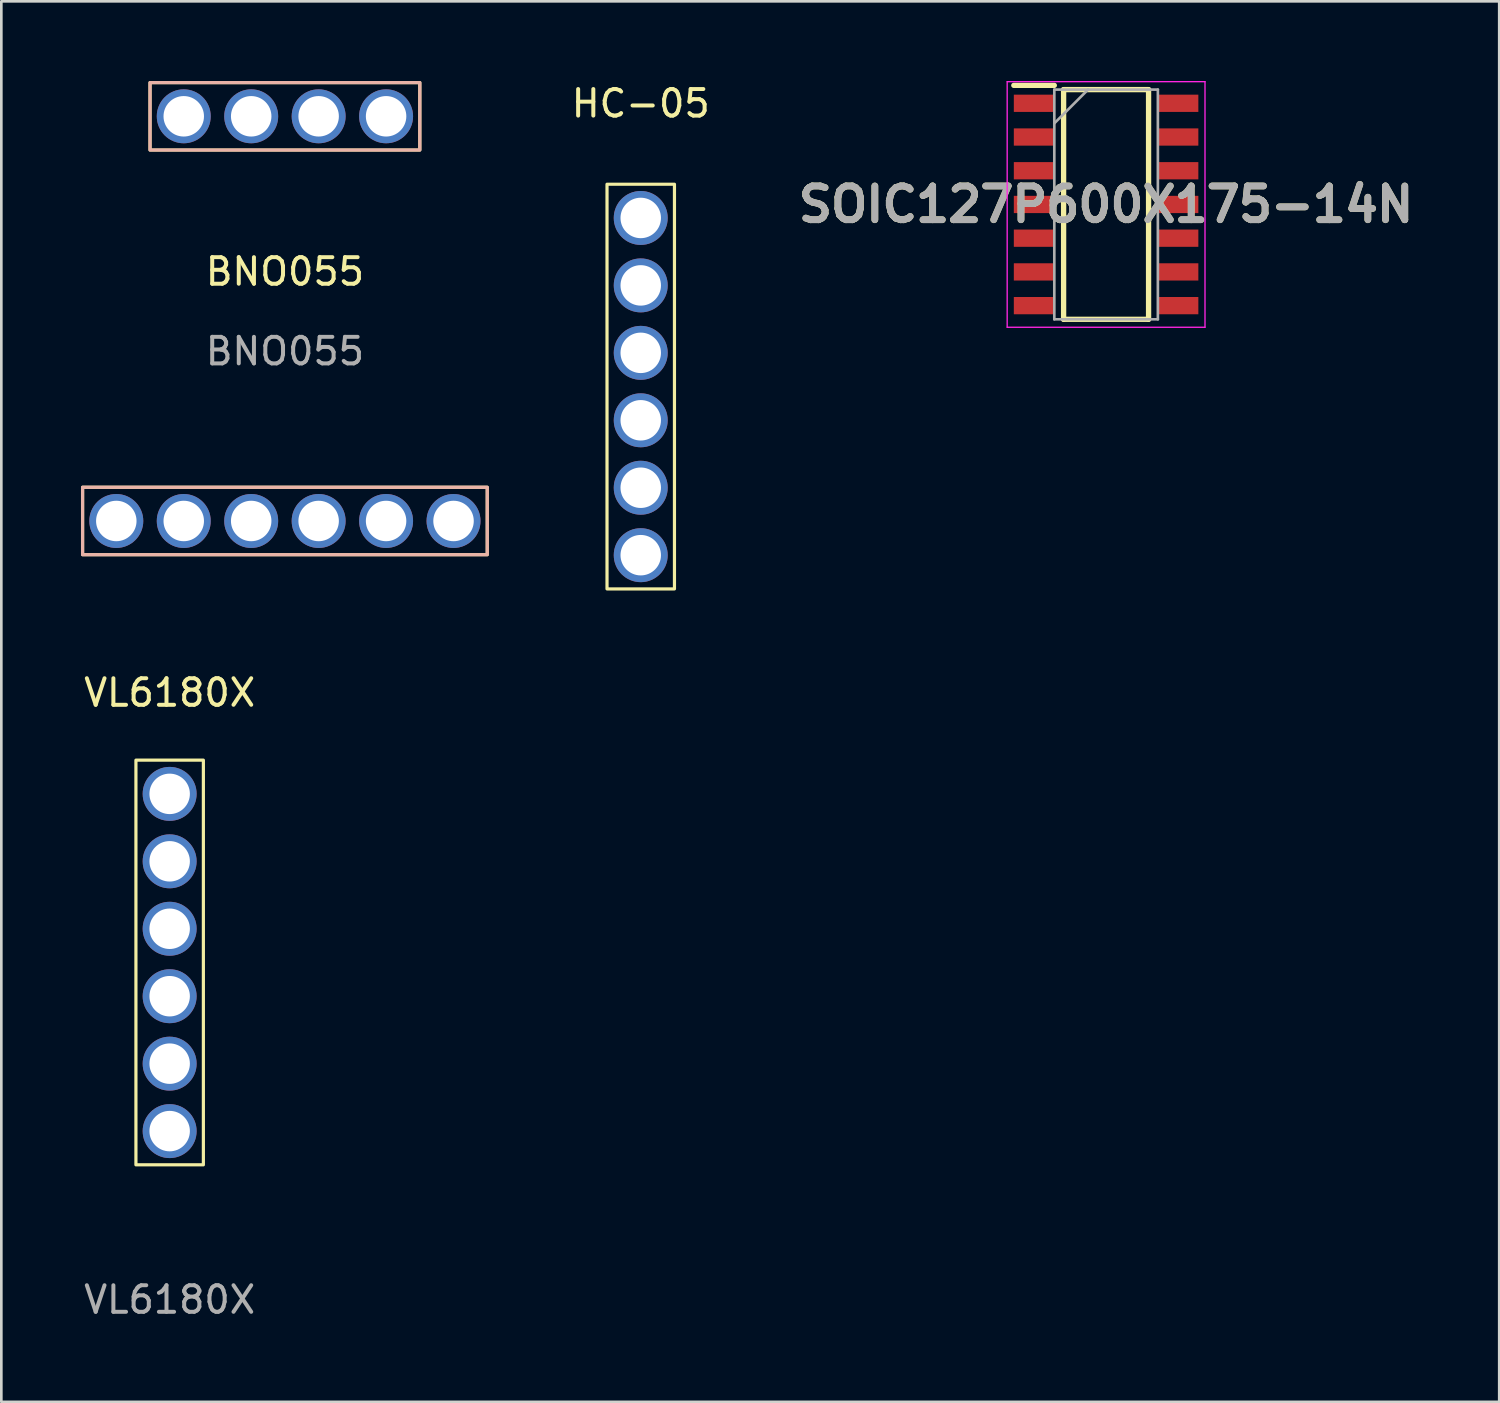
<source format=kicad_pcb>
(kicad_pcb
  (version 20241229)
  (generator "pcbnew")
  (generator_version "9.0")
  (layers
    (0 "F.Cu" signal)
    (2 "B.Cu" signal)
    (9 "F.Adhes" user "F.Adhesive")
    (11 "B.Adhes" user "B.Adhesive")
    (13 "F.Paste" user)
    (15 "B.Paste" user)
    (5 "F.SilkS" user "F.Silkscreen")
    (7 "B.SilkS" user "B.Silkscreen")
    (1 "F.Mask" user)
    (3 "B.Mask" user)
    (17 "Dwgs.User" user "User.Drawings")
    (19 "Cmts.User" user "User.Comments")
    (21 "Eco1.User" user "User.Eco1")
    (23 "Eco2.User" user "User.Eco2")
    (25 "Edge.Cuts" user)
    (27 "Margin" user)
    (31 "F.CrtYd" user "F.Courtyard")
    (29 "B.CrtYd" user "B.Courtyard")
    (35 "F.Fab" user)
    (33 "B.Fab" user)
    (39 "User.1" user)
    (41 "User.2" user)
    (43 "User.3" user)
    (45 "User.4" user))
  (footprint "HC-05"
    (layer "F.Cu")
    (at 21.08 1.348)
    (property "Reference" "HC-05" (at 0 -0.5 0) (unlocked yes) (layer "F.SilkS") (effects (font (size 1 1) (thickness 0.15))))
    (attr through_hole)
    (fp_rect (start -1.27 2.54) (end 1.27 17.78) (stroke (width 0.12) (type solid)) (fill no) (layer "F.SilkS"))
    (pad "1" thru_hole circle (at 0 3.81) (size 2.032 2.032) (drill 1.524) (layers "*.Cu" "*.Mask"))
    (pad "2" thru_hole circle (at 0 6.35) (size 2.032 2.032) (drill 1.524) (layers "*.Cu" "*.Mask"))
    (pad "3" thru_hole circle (at 0 8.89) (size 2.032 2.032) (drill 1.524) (layers "*.Cu" "*.Mask"))
    (pad "4" thru_hole circle (at 0 11.43) (size 2.032 2.032) (drill 1.524) (layers "*.Cu" "*.Mask"))
    (pad "5" thru_hole circle (at 0 13.97) (size 2.032 2.032) (drill 1.524) (layers "*.Cu" "*.Mask"))
    (pad "6" thru_hole circle (at 0 16.51) (size 2.032 2.032) (drill 1.524) (layers "*.Cu" "*.Mask")))
  (footprint "VL6180X"
    (layer "F.Cu")
    (at 3.339 33.197)
    (property "Reference" "VL6180X" (at 0 -10.16 0) (unlocked yes) (layer "F.SilkS") (effects (font (size 1 1) (thickness 0.15))))
    (attr through_hole)
    (fp_rect (start -1.27 -7.62) (end 1.27 7.62) (stroke (width 0.12) (type solid)) (fill no) (layer "F.SilkS"))
    (fp_text user "${REFERENCE}" (at 0 12.7 0) (unlocked yes) (layer "F.Fab") (effects (font (size 1 1) (thickness 0.15))))
    (pad "1" thru_hole circle (at 0 -6.35) (size 2.032 2.032) (drill 1.524) (layers "*.Cu" "*.Mask"))
    (pad "2" thru_hole circle (at 0 -3.81) (size 2.032 2.032) (drill 1.524) (layers "*.Cu" "*.Mask"))
    (pad "3" thru_hole circle (at 0 -1.27) (size 2.032 2.032) (drill 1.524) (layers "*.Cu" "*.Mask"))
    (pad "4" thru_hole circle (at 0 1.27) (size 2.032 2.032) (drill 1.524) (layers "*.Cu" "*.Mask"))
    (pad "5" thru_hole circle (at 0 3.81) (size 2.032 2.032) (drill 1.524) (layers "*.Cu" "*.Mask"))
    (pad "6" thru_hole circle (at 0 6.35) (size 2.032 2.032) (drill 1.524) (layers "*.Cu" "*.Mask")))
  (footprint "BNO055"
    (layer "F.Cu")
    (at 7.68 7.68)
    (property "Reference" "BNO055" (at 0 -0.5 0) (unlocked yes) (layer "F.SilkS") (effects (font (size 1 1) (thickness 0.15))))
    (attr through_hole)
    (fp_rect (start -5.08 -7.62) (end 5.08 -5.08) (stroke (width 0.12) (type solid)) (fill no) (layer "F.SilkS"))
    (fp_rect (start 7.62 7.62) (end -7.62 10.16) (stroke (width 0.12) (type solid)) (fill no) (layer "F.SilkS"))
    (fp_rect (start -7.62 7.62) (end 7.62 10.16) (stroke (width 0.12) (type solid)) (fill no) (layer "B.SilkS"))
    (fp_rect (start -5.08 -7.62) (end 5.08 -5.08) (stroke (width 0.12) (type solid)) (fill no) (layer "B.SilkS"))
    (fp_text user "${REFERENCE}" (at 0 2.5 0) (unlocked yes) (layer "F.Fab") (effects (font (size 1 1) (thickness 0.15))))
    (pad "1" thru_hole circle (at -6.35 8.89) (size 2.032 2.032) (drill 1.524) (layers "*.Cu" "*.Mask"))
    (pad "2" thru_hole circle (at -3.81 8.89) (size 2.032 2.032) (drill 1.524) (layers "*.Cu" "*.Mask"))
    (pad "3" thru_hole circle (at -1.27 8.89) (size 2.032 2.032) (drill 1.524) (layers "*.Cu" "*.Mask"))
    (pad "4" thru_hole circle (at 1.27 8.89) (size 2.032 2.032) (drill 1.524) (layers "*.Cu" "*.Mask"))
    (pad "5" thru_hole circle (at 3.81 8.89) (size 2.032 2.032) (drill 1.524) (layers "*.Cu" "*.Mask"))
    (pad "6" thru_hole circle (at 6.35 8.89) (size 2.032 2.032) (drill 1.524) (layers "*.Cu" "*.Mask"))
    (pad "7" thru_hole circle (at -3.81 -6.35) (size 2.032 2.032) (drill 1.524) (layers "*.Cu" "*.Mask"))
    (pad "8" thru_hole circle (at -1.27 -6.35) (size 2.032 2.032) (drill 1.524) (layers "*.Cu" "*.Mask"))
    (pad "9" thru_hole circle (at 1.27 -6.35) (size 2.032 2.032) (drill 1.524) (layers "*.Cu" "*.Mask"))
    (pad "10" thru_hole circle (at 3.81 -6.35) (size 2.032 2.032) (drill 1.524) (layers "*.Cu" "*.Mask")))
  (footprint "SOIC127P600X175-14N"
    (layer "F.Cu")
    (at 38.605 4.65)
    (property "Reference" "SOIC127P600X175-14N" (at 0 0 0) (layer "F.SilkS") (effects (font (size 1.27 1.27) (thickness 0.254))))
    (attr smd)
    (fp_line (start -3.475 -4.485) (end -1.95 -4.485) (stroke (width 0.2) (type solid)) (layer "F.SilkS"))
    (fp_line (start -1.6 -4.325) (end 1.6 -4.325) (stroke (width 0.2) (type solid)) (layer "F.SilkS"))
    (fp_line (start -1.6 4.325) (end -1.6 -4.325) (stroke (width 0.2) (type solid)) (layer "F.SilkS"))
    (fp_line (start 1.6 -4.325) (end 1.6 4.325) (stroke (width 0.2) (type solid)) (layer "F.SilkS"))
    (fp_line (start 1.6 4.325) (end -1.6 4.325) (stroke (width 0.2) (type solid)) (layer "F.SilkS"))
    (fp_line (start -3.725 -4.625) (end 3.725 -4.625) (stroke (width 0.05) (type solid)) (layer "F.CrtYd"))
    (fp_line (start -3.725 4.625) (end -3.725 -4.625) (stroke (width 0.05) (type solid)) (layer "F.CrtYd"))
    (fp_line (start 3.725 -4.625) (end 3.725 4.625) (stroke (width 0.05) (type solid)) (layer "F.CrtYd"))
    (fp_line (start 3.725 4.625) (end -3.725 4.625) (stroke (width 0.05) (type solid)) (layer "F.CrtYd"))
    (fp_line (start -1.95 -4.325) (end 1.95 -4.325) (stroke (width 0.1) (type solid)) (layer "F.Fab"))
    (fp_line (start -1.95 -3.055) (end -0.68 -4.325) (stroke (width 0.1) (type solid)) (layer "F.Fab"))
    (fp_line (start -1.95 4.325) (end -1.95 -4.325) (stroke (width 0.1) (type solid)) (layer "F.Fab"))
    (fp_line (start 1.95 -4.325) (end 1.95 4.325) (stroke (width 0.1) (type solid)) (layer "F.Fab"))
    (fp_line (start 1.95 4.325) (end -1.95 4.325) (stroke (width 0.1) (type solid)) (layer "F.Fab"))
    (fp_text user "${REFERENCE}" (at 0 0 0) (layer "F.Fab") (effects (font (size 1.27 1.27) (thickness 0.254))))
    (pad "1" smd rect (at -2.712 -3.81 90) (size 0.65 1.525) (layers "F.Cu" "F.Mask" "F.Paste"))
    (pad "2" smd rect (at -2.712 -2.54 90) (size 0.65 1.525) (layers "F.Cu" "F.Mask" "F.Paste"))
    (pad "3" smd rect (at -2.712 -1.27 90) (size 0.65 1.525) (layers "F.Cu" "F.Mask" "F.Paste"))
    (pad "4" smd rect (at -2.712 0 90) (size 0.65 1.525) (layers "F.Cu" "F.Mask" "F.Paste"))
    (pad "5" smd rect (at -2.712 1.27 90) (size 0.65 1.525) (layers "F.Cu" "F.Mask" "F.Paste"))
    (pad "6" smd rect (at -2.712 2.54 90) (size 0.65 1.525) (layers "F.Cu" "F.Mask" "F.Paste"))
    (pad "7" smd rect (at -2.712 3.81 90) (size 0.65 1.525) (layers "F.Cu" "F.Mask" "F.Paste"))
    (pad "8" smd rect (at 2.712 3.81 90) (size 0.65 1.525) (layers "F.Cu" "F.Mask" "F.Paste"))
    (pad "9" smd rect (at 2.712 2.54 90) (size 0.65 1.525) (layers "F.Cu" "F.Mask" "F.Paste"))
    (pad "10" smd rect (at 2.712 1.27 90) (size 0.65 1.525) (layers "F.Cu" "F.Mask" "F.Paste"))
    (pad "11" smd rect (at 2.712 0 90) (size 0.65 1.525) (layers "F.Cu" "F.Mask" "F.Paste"))
    (pad "12" smd rect (at 2.712 -1.27 90) (size 0.65 1.525) (layers "F.Cu" "F.Mask" "F.Paste"))
    (pad "13" smd rect (at 2.712 -2.54 90) (size 0.65 1.525) (layers "F.Cu" "F.Mask" "F.Paste"))
    (pad "14" smd rect (at 2.712 -3.81 90) (size 0.65 1.525) (layers "F.Cu" "F.Mask" "F.Paste")))
  (gr_rect
    (start -3 -3)
    (end 53.41 49.745)
    (stroke (width 0.1) (type default))
    (fill no)
    (layer "Edge.Cuts")))
</source>
